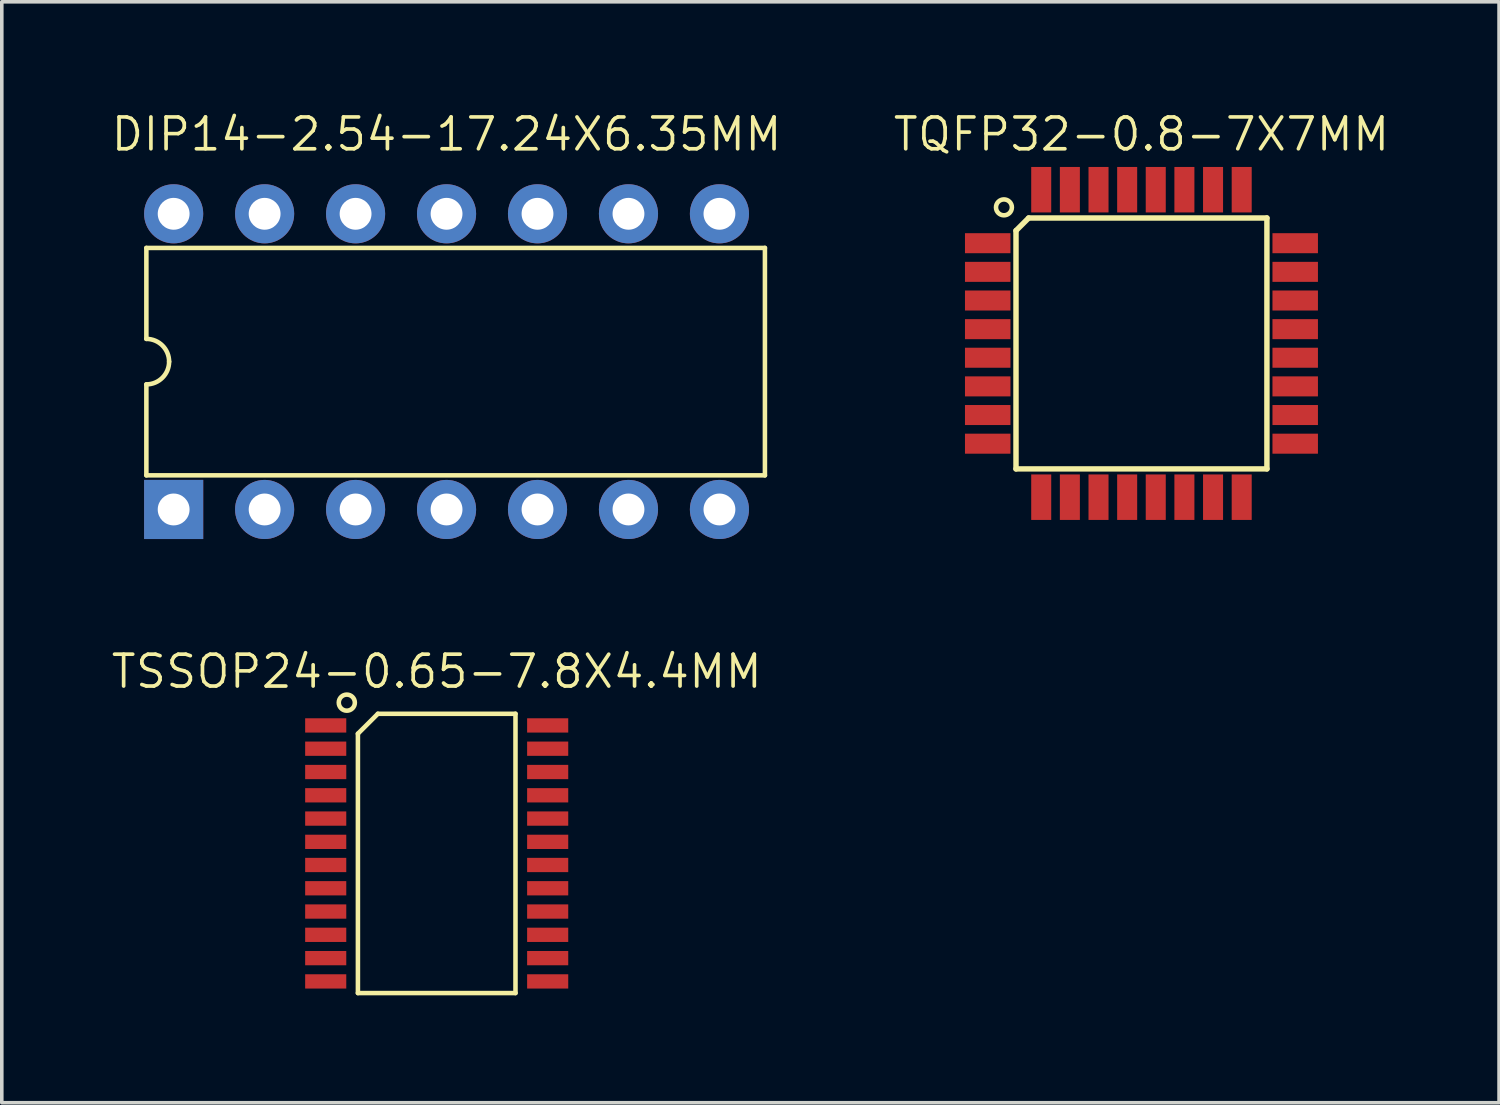
<source format=kicad_pcb>
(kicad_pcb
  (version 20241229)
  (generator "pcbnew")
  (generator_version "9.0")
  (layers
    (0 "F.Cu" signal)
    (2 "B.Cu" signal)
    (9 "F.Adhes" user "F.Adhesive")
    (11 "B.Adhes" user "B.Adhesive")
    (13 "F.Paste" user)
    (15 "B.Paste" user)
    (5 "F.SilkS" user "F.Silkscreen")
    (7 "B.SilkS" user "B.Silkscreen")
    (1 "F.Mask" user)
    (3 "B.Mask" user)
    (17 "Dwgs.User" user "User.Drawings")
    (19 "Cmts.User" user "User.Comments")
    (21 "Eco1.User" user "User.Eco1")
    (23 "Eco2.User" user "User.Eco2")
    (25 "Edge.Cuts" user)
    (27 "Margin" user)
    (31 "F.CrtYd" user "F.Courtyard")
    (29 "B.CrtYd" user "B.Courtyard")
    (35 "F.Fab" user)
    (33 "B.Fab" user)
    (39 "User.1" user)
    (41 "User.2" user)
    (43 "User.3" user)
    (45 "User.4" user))
  (footprint "DIP14-2.54-17.24X6.35MM"
    (layer "F.Cu")
    (at 9.419 7.048)
    (property "Reference" "DIP14-2.54-17.24X6.35MM" (at 0 -6.35 0) (layer "F.SilkS") (effects (font (size 0.889 0.889) (thickness 0.102))))
    (attr exclude_from_pos_files exclude_from_bom)
    (fp_line (start -8.382 -3.175) (end 8.89 -3.175) (stroke (width 0.127) (type solid)) (layer "F.SilkS"))
    (fp_line (start -8.382 -0.635) (end -8.382 -3.175) (stroke (width 0.127) (type solid)) (layer "F.SilkS"))
    (fp_line (start -8.382 3.175) (end -8.382 0.635) (stroke (width 0.127) (type solid)) (layer "F.SilkS"))
    (fp_line (start -8.349 -3.175) (end 8.89 -3.175) (stroke (width 0.066) (type solid)) (layer "F.SilkS"))
    (fp_line (start -8.349 3.175) (end 8.89 3.175) (stroke (width 0.066) (type solid)) (layer "F.SilkS"))
    (fp_line (start 8.89 -3.175) (end 8.89 3.175) (stroke (width 0.127) (type solid)) (layer "F.SilkS"))
    (fp_line (start 8.89 3.175) (end -8.382 3.175) (stroke (width 0.127) (type solid)) (layer "F.SilkS"))
    (fp_line (start 8.89 3.175) (end 8.89 -3.175) (stroke (width 0.066) (type solid)) (layer "F.SilkS"))
    (fp_arc (start -8.382 -0.635) (mid -7.932987 -0.449013) (end -7.747 0) (stroke (width 0.127) (type solid)) (layer "F.SilkS"))
    (fp_arc (start -7.747 0) (mid -7.932987 0.449013) (end -8.382 0.635) (stroke (width 0.127) (type solid)) (layer "F.SilkS"))
    (pad "1" thru_hole rect (at -7.62 4.128) (size 1.651 1.651) (drill 0.889) (layers "*.Cu" "*.Mask"))
    (pad "2" thru_hole circle (at -5.08 4.128) (size 1.651 1.651) (drill 0.889) (layers "*.Cu" "*.Mask"))
    (pad "3" thru_hole circle (at -2.54 4.128) (size 1.651 1.651) (drill 0.889) (layers "*.Cu" "*.Mask"))
    (pad "4" thru_hole circle (at 0 4.128) (size 1.651 1.651) (drill 0.889) (layers "*.Cu" "*.Mask"))
    (pad "5" thru_hole circle (at 2.54 4.128) (size 1.651 1.651) (drill 0.889) (layers "*.Cu" "*.Mask"))
    (pad "6" thru_hole circle (at 5.08 4.128) (size 1.651 1.651) (drill 0.889) (layers "*.Cu" "*.Mask"))
    (pad "7" thru_hole circle (at 7.62 4.128) (size 1.651 1.651) (drill 0.889) (layers "*.Cu" "*.Mask"))
    (pad "8" thru_hole circle (at 7.62 -4.128) (size 1.651 1.651) (drill 0.889) (layers "*.Cu" "*.Mask"))
    (pad "9" thru_hole circle (at 5.08 -4.128) (size 1.651 1.651) (drill 0.889) (layers "*.Cu" "*.Mask"))
    (pad "10" thru_hole circle (at 2.54 -4.128) (size 1.651 1.651) (drill 0.889) (layers "*.Cu" "*.Mask"))
    (pad "11" thru_hole circle (at 0 -4.128) (size 1.651 1.651) (drill 0.889) (layers "*.Cu" "*.Mask"))
    (pad "12" thru_hole circle (at -2.54 -4.128) (size 1.651 1.651) (drill 0.889) (layers "*.Cu" "*.Mask"))
    (pad "13" thru_hole circle (at -5.08 -4.128) (size 1.651 1.651) (drill 0.889) (layers "*.Cu" "*.Mask"))
    (pad "14" thru_hole circle (at -7.62 -4.128) (size 1.651 1.651) (drill 0.889) (layers "*.Cu" "*.Mask")))
  (footprint "TQFP32-0.8-7X7MM"
    (layer "F.Cu")
    (at 28.823 6.54)
    (property "Reference" "TQFP32-0.8-7X7MM" (at 0 -5.842 0) (layer "F.SilkS") (effects (font (size 0.889 0.889) (thickness 0.102))))
    (attr smd)
    (fp_line (start -3.503 3.503) (end -3.503 -3.15) (stroke (width 0.152) (type solid)) (layer "F.SilkS"))
    (fp_line (start -3.503 3.503) (end 3.503 3.503) (stroke (width 0.066) (type solid)) (layer "F.SilkS"))
    (fp_line (start -3.15 -3.503) (end -3.503 -3.15) (stroke (width 0.152) (type solid)) (layer "F.SilkS"))
    (fp_line (start -3.15 -3.503) (end 3.503 -3.503) (stroke (width 0.152) (type solid)) (layer "F.SilkS"))
    (fp_line (start 3.503 -3.503) (end 3.503 3.503) (stroke (width 0.152) (type solid)) (layer "F.SilkS"))
    (fp_line (start 3.503 3.503) (end -3.503 3.503) (stroke (width 0.152) (type solid)) (layer "F.SilkS"))
    (fp_line (start 3.503 3.503) (end 3.503 -3.503) (stroke (width 0.066) (type solid)) (layer "F.SilkS"))
    (fp_circle (center -3.84 -3.8) (end -3.62 -3.77) (stroke (width 0.127) (type solid)) (fill no) (layer "F.SilkS"))
    (pad "1" smd rect (at -4.293 -2.799) (size 1.27 0.559) (layers "F.Cu" "F.Mask" "F.Paste"))
    (pad "2" smd rect (at -4.293 -1.999) (size 1.27 0.559) (layers "F.Cu" "F.Mask" "F.Paste"))
    (pad "3" smd rect (at -4.293 -1.199) (size 1.27 0.559) (layers "F.Cu" "F.Mask" "F.Paste"))
    (pad "4" smd rect (at -4.293 -0.399) (size 1.27 0.559) (layers "F.Cu" "F.Mask" "F.Paste"))
    (pad "5" smd rect (at -4.293 0.399) (size 1.27 0.559) (layers "F.Cu" "F.Mask" "F.Paste"))
    (pad "6" smd rect (at -4.293 1.199) (size 1.27 0.559) (layers "F.Cu" "F.Mask" "F.Paste"))
    (pad "7" smd rect (at -4.293 1.999) (size 1.27 0.559) (layers "F.Cu" "F.Mask" "F.Paste"))
    (pad "8" smd rect (at -4.293 2.799) (size 1.27 0.559) (layers "F.Cu" "F.Mask" "F.Paste"))
    (pad "9" smd rect (at -2.799 4.293) (size 0.559 1.27) (layers "F.Cu" "F.Mask" "F.Paste"))
    (pad "10" smd rect (at -1.999 4.293) (size 0.559 1.27) (layers "F.Cu" "F.Mask" "F.Paste"))
    (pad "11" smd rect (at -1.199 4.293) (size 0.559 1.27) (layers "F.Cu" "F.Mask" "F.Paste"))
    (pad "12" smd rect (at -0.399 4.293) (size 0.559 1.27) (layers "F.Cu" "F.Mask" "F.Paste"))
    (pad "13" smd rect (at 0.399 4.293) (size 0.559 1.27) (layers "F.Cu" "F.Mask" "F.Paste"))
    (pad "14" smd rect (at 1.199 4.293) (size 0.559 1.27) (layers "F.Cu" "F.Mask" "F.Paste"))
    (pad "15" smd rect (at 1.999 4.293) (size 0.559 1.27) (layers "F.Cu" "F.Mask" "F.Paste"))
    (pad "16" smd rect (at 2.799 4.293) (size 0.559 1.27) (layers "F.Cu" "F.Mask" "F.Paste"))
    (pad "17" smd rect (at 4.293 2.799) (size 1.27 0.559) (layers "F.Cu" "F.Mask" "F.Paste"))
    (pad "18" smd rect (at 4.293 1.999) (size 1.27 0.559) (layers "F.Cu" "F.Mask" "F.Paste"))
    (pad "19" smd rect (at 4.293 1.199) (size 1.27 0.559) (layers "F.Cu" "F.Mask" "F.Paste"))
    (pad "20" smd rect (at 4.293 0.399) (size 1.27 0.559) (layers "F.Cu" "F.Mask" "F.Paste"))
    (pad "21" smd rect (at 4.293 -0.399) (size 1.27 0.559) (layers "F.Cu" "F.Mask" "F.Paste"))
    (pad "22" smd rect (at 4.293 -1.199) (size 1.27 0.559) (layers "F.Cu" "F.Mask" "F.Paste"))
    (pad "23" smd rect (at 4.293 -1.999) (size 1.27 0.559) (layers "F.Cu" "F.Mask" "F.Paste"))
    (pad "24" smd rect (at 4.293 -2.799) (size 1.27 0.559) (layers "F.Cu" "F.Mask" "F.Paste"))
    (pad "25" smd rect (at 2.799 -4.293) (size 0.559 1.27) (layers "F.Cu" "F.Mask" "F.Paste"))
    (pad "26" smd rect (at 1.999 -4.293) (size 0.559 1.27) (layers "F.Cu" "F.Mask" "F.Paste"))
    (pad "27" smd rect (at 1.199 -4.293) (size 0.559 1.27) (layers "F.Cu" "F.Mask" "F.Paste"))
    (pad "28" smd rect (at 0.399 -4.293) (size 0.559 1.27) (layers "F.Cu" "F.Mask" "F.Paste"))
    (pad "29" smd rect (at -0.399 -4.293) (size 0.559 1.27) (layers "F.Cu" "F.Mask" "F.Paste"))
    (pad "30" smd rect (at -1.199 -4.293) (size 0.559 1.27) (layers "F.Cu" "F.Mask" "F.Paste"))
    (pad "31" smd rect (at -1.999 -4.293) (size 0.559 1.27) (layers "F.Cu" "F.Mask" "F.Paste"))
    (pad "32" smd rect (at -2.799 -4.293) (size 0.559 1.27) (layers "F.Cu" "F.Mask" "F.Paste")))
  (footprint "TSSOP24-0.65-7.8X4.4MM"
    (layer "F.Cu")
    (at 9.144 20.78)
    (property "Reference" "TSSOP24-0.65-7.8X4.4MM" (at 0 -5.08 0) (layer "F.SilkS") (effects (font (size 0.889 0.889) (thickness 0.102))))
    (attr smd)
    (fp_line (start -2.2 -3.343) (end -1.643 -3.899) (stroke (width 0.127) (type solid)) (layer "F.SilkS"))
    (fp_line (start -2.2 3.899) (end -2.2 -3.343) (stroke (width 0.127) (type solid)) (layer "F.SilkS"))
    (fp_line (start -1.643 -3.899) (end 2.2 -3.899) (stroke (width 0.127) (type solid)) (layer "F.SilkS"))
    (fp_line (start 2.2 -3.899) (end 2.2 3.899) (stroke (width 0.127) (type solid)) (layer "F.SilkS"))
    (fp_line (start 2.2 3.899) (end -2.2 3.899) (stroke (width 0.127) (type solid)) (layer "F.SilkS"))
    (fp_circle (center -2.51 -4.21) (end -2.63 -4.02) (stroke (width 0.127) (type solid)) (fill no) (layer "F.SilkS"))
    (pad "1" smd rect (at -3.099 -3.574) (size 1.148 0.399) (layers "F.Cu" "F.Mask" "F.Paste"))
    (pad "2" smd rect (at -3.099 -2.924) (size 1.148 0.399) (layers "F.Cu" "F.Mask" "F.Paste"))
    (pad "3" smd rect (at -3.099 -2.273) (size 1.148 0.399) (layers "F.Cu" "F.Mask" "F.Paste"))
    (pad "4" smd rect (at -3.099 -1.623) (size 1.148 0.399) (layers "F.Cu" "F.Mask" "F.Paste"))
    (pad "5" smd rect (at -3.099 -0.973) (size 1.148 0.399) (layers "F.Cu" "F.Mask" "F.Paste"))
    (pad "6" smd rect (at -3.099 -0.323) (size 1.148 0.399) (layers "F.Cu" "F.Mask" "F.Paste"))
    (pad "7" smd rect (at -3.099 0.323) (size 1.148 0.399) (layers "F.Cu" "F.Mask" "F.Paste"))
    (pad "8" smd rect (at -3.099 0.973) (size 1.148 0.399) (layers "F.Cu" "F.Mask" "F.Paste"))
    (pad "9" smd rect (at -3.099 1.623) (size 1.148 0.399) (layers "F.Cu" "F.Mask" "F.Paste"))
    (pad "10" smd rect (at -3.099 2.273) (size 1.148 0.399) (layers "F.Cu" "F.Mask" "F.Paste"))
    (pad "11" smd rect (at -3.099 2.924) (size 1.148 0.399) (layers "F.Cu" "F.Mask" "F.Paste"))
    (pad "12" smd rect (at -3.099 3.574) (size 1.148 0.399) (layers "F.Cu" "F.Mask" "F.Paste"))
    (pad "13" smd rect (at 3.099 3.574) (size 1.148 0.399) (layers "F.Cu" "F.Mask" "F.Paste"))
    (pad "14" smd rect (at 3.099 2.924) (size 1.148 0.399) (layers "F.Cu" "F.Mask" "F.Paste"))
    (pad "15" smd rect (at 3.099 2.273) (size 1.148 0.399) (layers "F.Cu" "F.Mask" "F.Paste"))
    (pad "16" smd rect (at 3.099 1.623) (size 1.148 0.399) (layers "F.Cu" "F.Mask" "F.Paste"))
    (pad "17" smd rect (at 3.099 0.973) (size 1.148 0.399) (layers "F.Cu" "F.Mask" "F.Paste"))
    (pad "18" smd rect (at 3.099 0.323) (size 1.148 0.399) (layers "F.Cu" "F.Mask" "F.Paste"))
    (pad "19" smd rect (at 3.099 -0.323) (size 1.148 0.399) (layers "F.Cu" "F.Mask" "F.Paste"))
    (pad "20" smd rect (at 3.099 -0.973) (size 1.148 0.399) (layers "F.Cu" "F.Mask" "F.Paste"))
    (pad "21" smd rect (at 3.099 -1.623) (size 1.148 0.399) (layers "F.Cu" "F.Mask" "F.Paste"))
    (pad "22" smd rect (at 3.099 -2.273) (size 1.148 0.399) (layers "F.Cu" "F.Mask" "F.Paste"))
    (pad "23" smd rect (at 3.099 -2.924) (size 1.148 0.399) (layers "F.Cu" "F.Mask" "F.Paste"))
    (pad "24" smd rect (at 3.099 -3.574) (size 1.148 0.399) (layers "F.Cu" "F.Mask" "F.Paste")))
  (gr_rect
    (start -3 -3)
    (end 38.808 27.742)
    (stroke (width 0.1) (type default))
    (fill no)
    (layer "Edge.Cuts")))
</source>
